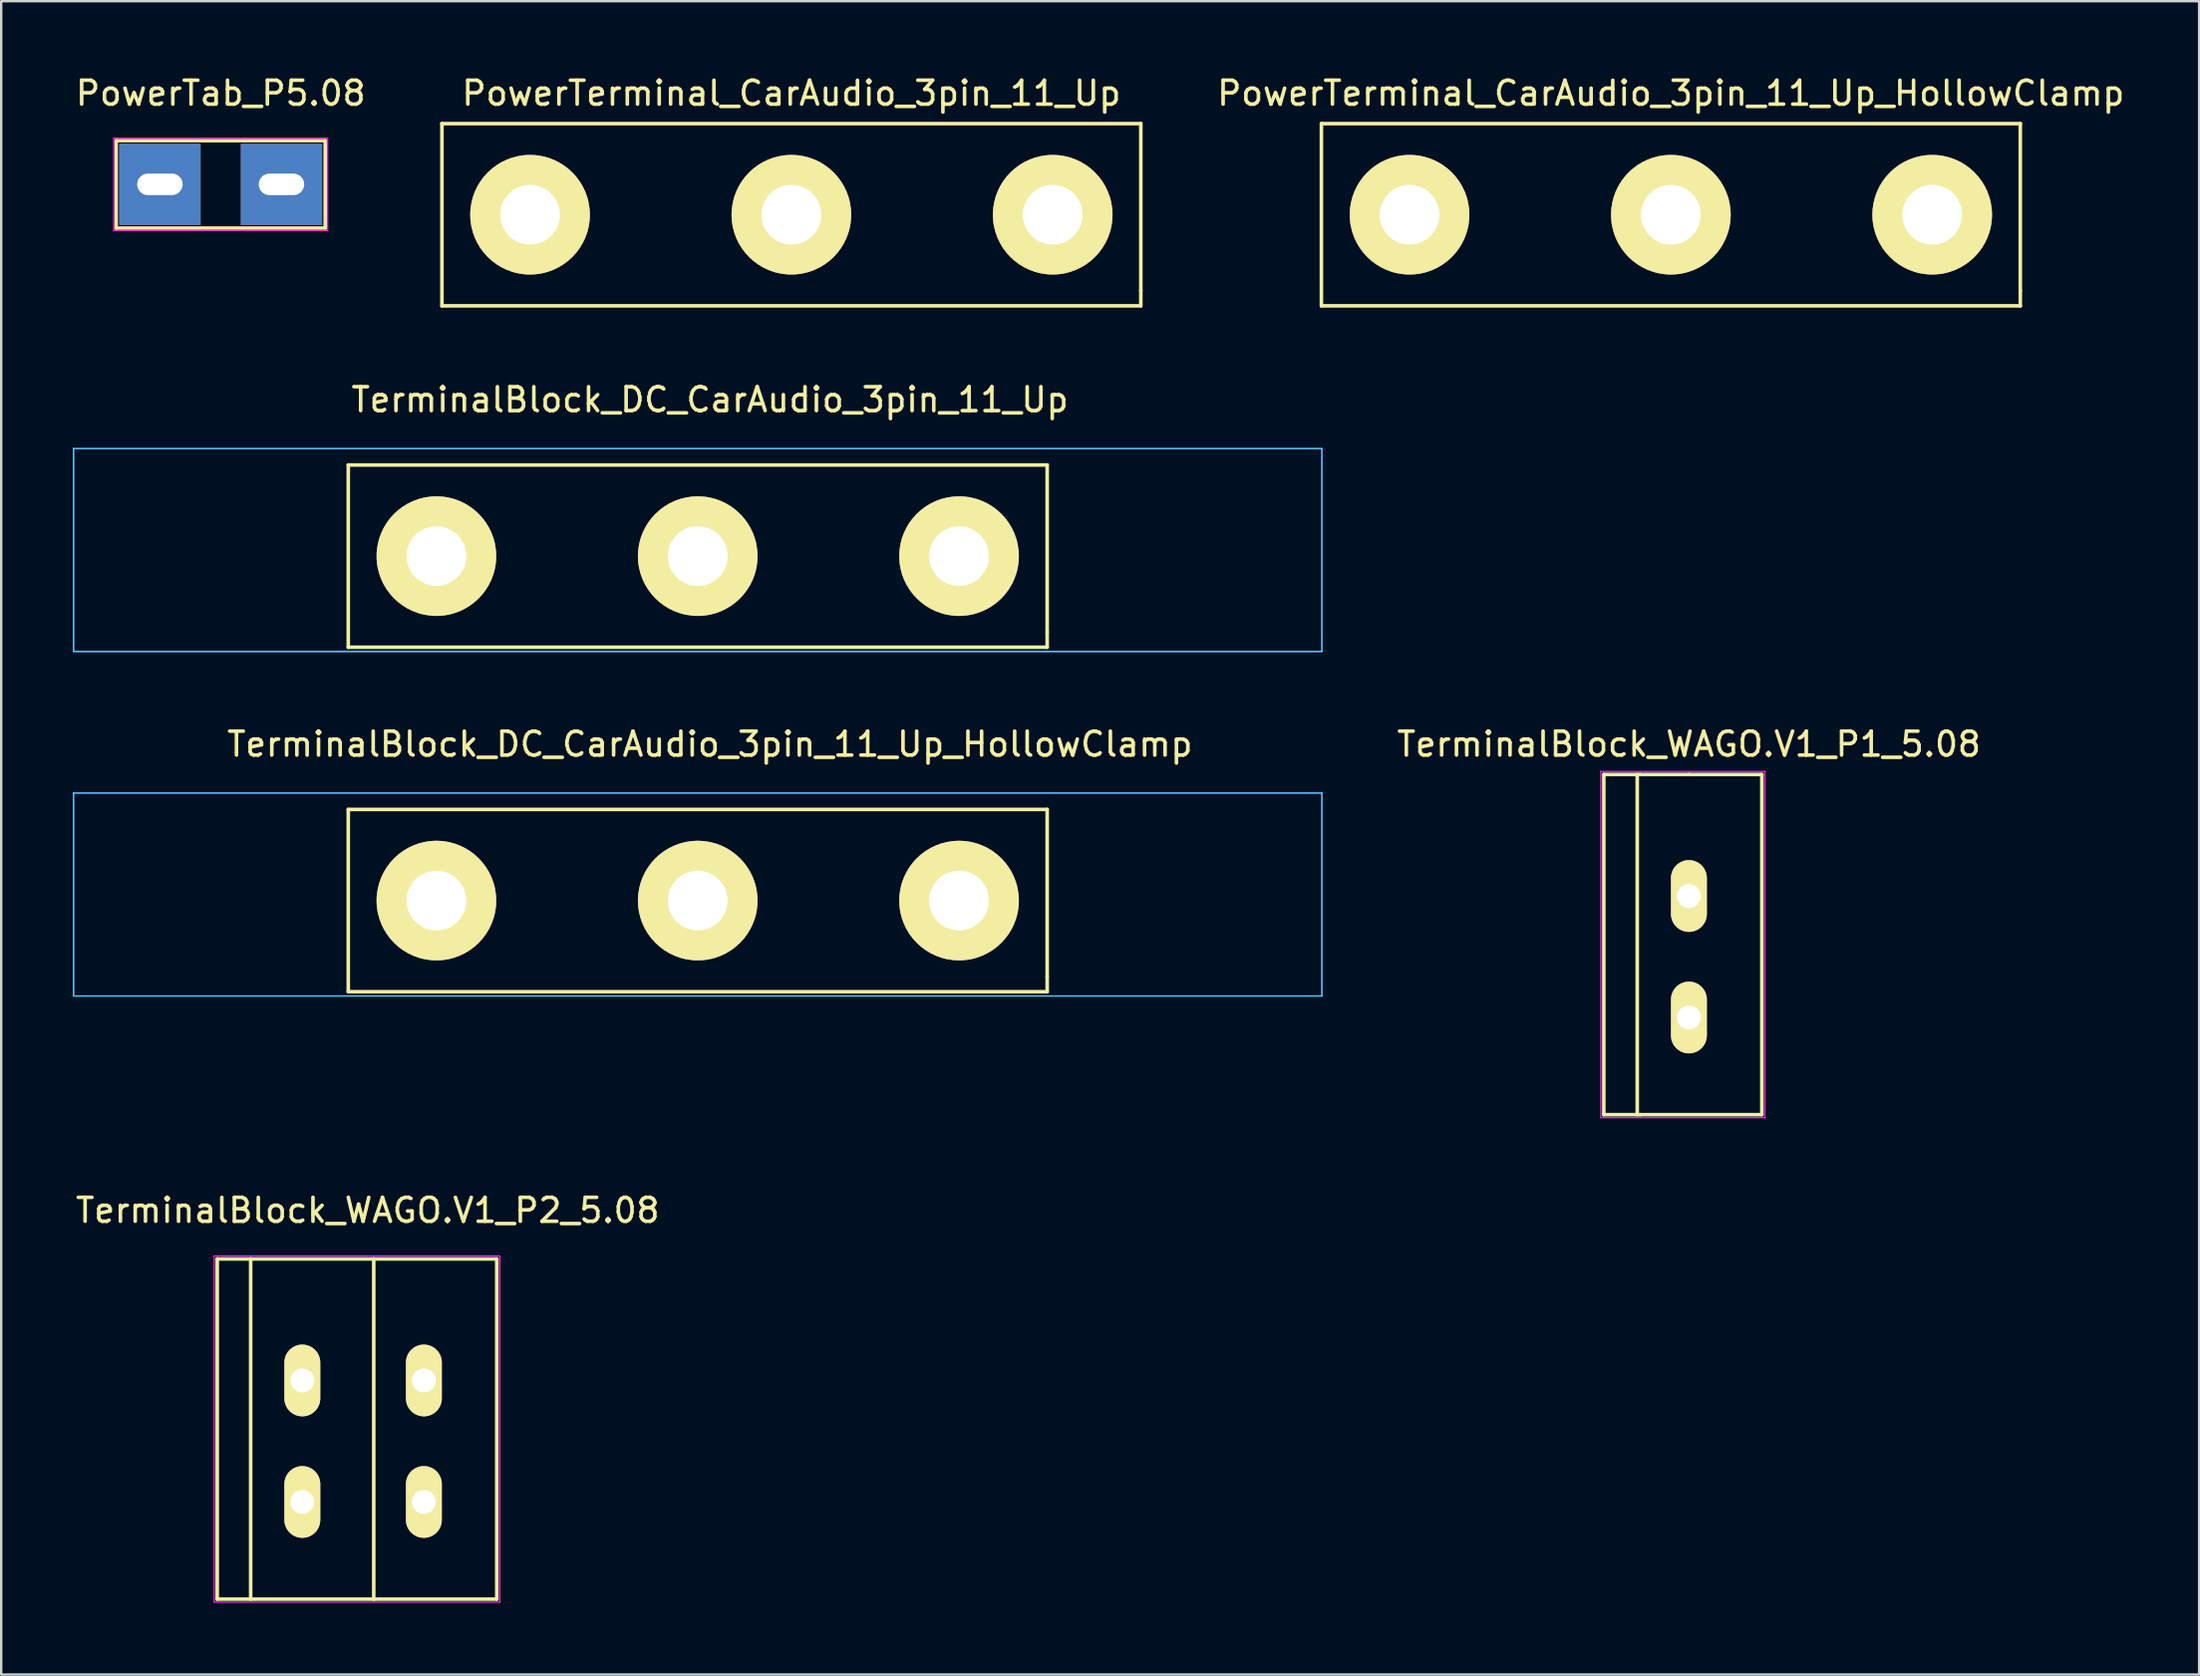
<source format=kicad_pcb>
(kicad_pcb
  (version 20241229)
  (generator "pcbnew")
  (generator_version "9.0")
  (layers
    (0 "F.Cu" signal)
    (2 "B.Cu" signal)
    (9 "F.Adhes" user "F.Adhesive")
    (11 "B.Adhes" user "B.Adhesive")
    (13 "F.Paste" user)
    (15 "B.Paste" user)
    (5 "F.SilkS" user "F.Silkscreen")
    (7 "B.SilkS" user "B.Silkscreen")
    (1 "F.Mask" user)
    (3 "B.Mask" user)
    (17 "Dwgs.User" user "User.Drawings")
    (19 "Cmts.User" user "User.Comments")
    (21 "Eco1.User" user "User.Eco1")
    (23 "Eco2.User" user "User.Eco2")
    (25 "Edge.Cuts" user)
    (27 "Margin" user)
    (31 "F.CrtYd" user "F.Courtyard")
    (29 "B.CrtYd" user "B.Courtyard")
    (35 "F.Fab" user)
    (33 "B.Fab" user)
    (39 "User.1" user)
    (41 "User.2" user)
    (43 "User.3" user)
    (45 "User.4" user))
  (footprint "TerminalBlock_DC_CarAudio_3pin_11_Up_HollowClamp"
    (layer "F.Cu")
    (at 15.189 34.604)
    (property "Reference" "TerminalBlock_DC_CarAudio_3pin_11_Up_HollowClamp" (at 11.43 -6.54 0) (layer "F.SilkS") (effects (font (size 1 1) (thickness 0.15))))
    (attr through_hole)
    (fp_line (start -3.683 -3.81) (end 25.527 -3.81) (stroke (width 0.15) (type solid)) (layer "F.SilkS"))
    (fp_line (start -3.683 3.81) (end -3.683 -3.81) (stroke (width 0.15) (type solid)) (layer "F.SilkS"))
    (fp_line (start 25.527 -3.81) (end 25.527 3.175) (stroke (width 0.15) (type solid)) (layer "F.SilkS"))
    (fp_line (start 25.527 3.175) (end 25.527 3.81) (stroke (width 0.15) (type solid)) (layer "F.SilkS"))
    (fp_line (start 25.527 3.81) (end -3.683 3.81) (stroke (width 0.15) (type solid)) (layer "F.SilkS"))
    (fp_line (start -15.164 -4.496) (end -15.164 3.988) (stroke (width 0.05) (type solid)) (layer "B.CrtYd"))
    (fp_line (start -15.164 -4.496) (end 37.008 -4.496) (stroke (width 0.05) (type solid)) (layer "B.CrtYd"))
    (fp_line (start 37.008 3.988) (end -15.164 3.988) (stroke (width 0.05) (type solid)) (layer "B.CrtYd"))
    (fp_line (start 37.008 3.988) (end 37.008 -4.496) (stroke (width 0.05) (type solid)) (layer "B.CrtYd"))
    (fp_line (start -15.164 -4.496) (end -15.164 3.988) (stroke (width 0.05) (type solid)) (layer "F.CrtYd"))
    (fp_line (start -15.164 -4.496) (end 37.008 -4.496) (stroke (width 0.05) (type solid)) (layer "F.CrtYd"))
    (fp_line (start 37.008 -4.496) (end 37.008 3.988) (stroke (width 0.05) (type solid)) (layer "F.CrtYd"))
    (fp_line (start 37.008 3.988) (end -15.164 3.988) (stroke (width 0.05) (type solid)) (layer "F.CrtYd"))
    (pad "1" thru_hole circle (at 0 0) (size 5 5) (drill 2.5) (layers "*.Cu" "*.Mask" "F.SilkS"))
    (pad "2" thru_hole circle (at 10.922 0) (size 5 5) (drill 2.5) (layers "*.Cu" "*.Mask" "F.SilkS"))
    (pad "3" thru_hole circle (at 21.844 0) (size 5 5) (drill 2.5) (layers "*.Cu" "*.Mask" "F.SilkS")))
  (footprint "TerminalBlock_DC_CarAudio_3pin_11_Up"
    (layer "F.Cu")
    (at 15.189 20.202)
    (property "Reference" "TerminalBlock_DC_CarAudio_3pin_11_Up" (at 11.43 -6.54 0) (layer "F.SilkS") (effects (font (size 1 1) (thickness 0.15))))
    (attr through_hole)
    (fp_line (start -3.683 -3.81) (end 25.527 -3.81) (stroke (width 0.15) (type solid)) (layer "F.SilkS"))
    (fp_line (start -3.683 3.81) (end -3.683 -3.81) (stroke (width 0.15) (type solid)) (layer "F.SilkS"))
    (fp_line (start 25.527 -3.81) (end 25.527 3.175) (stroke (width 0.15) (type solid)) (layer "F.SilkS"))
    (fp_line (start 25.527 3.175) (end 25.527 3.81) (stroke (width 0.15) (type solid)) (layer "F.SilkS"))
    (fp_line (start 25.527 3.81) (end -3.683 3.81) (stroke (width 0.15) (type solid)) (layer "F.SilkS"))
    (fp_line (start -15.164 -4.496) (end -15.164 3.988) (stroke (width 0.05) (type solid)) (layer "B.CrtYd"))
    (fp_line (start -15.164 -4.496) (end 37.008 -4.496) (stroke (width 0.05) (type solid)) (layer "B.CrtYd"))
    (fp_line (start 37.008 3.988) (end -15.164 3.988) (stroke (width 0.05) (type solid)) (layer "B.CrtYd"))
    (fp_line (start 37.008 3.988) (end 37.008 -4.496) (stroke (width 0.05) (type solid)) (layer "B.CrtYd"))
    (fp_line (start -15.164 -4.496) (end -15.164 3.988) (stroke (width 0.05) (type solid)) (layer "F.CrtYd"))
    (fp_line (start -15.164 -4.496) (end 37.008 -4.496) (stroke (width 0.05) (type solid)) (layer "F.CrtYd"))
    (fp_line (start 37.008 -4.496) (end 37.008 3.988) (stroke (width 0.05) (type solid)) (layer "F.CrtYd"))
    (fp_line (start 37.008 3.988) (end -15.164 3.988) (stroke (width 0.05) (type solid)) (layer "F.CrtYd"))
    (pad "1" thru_hole circle (at 0 0) (size 5 5) (drill 2.5) (layers "*.Cu" "*.Mask" "F.SilkS"))
    (pad "2" thru_hole circle (at 10.922 0) (size 5 5) (drill 2.5) (layers "*.Cu" "*.Mask" "F.SilkS"))
    (pad "3" thru_hole circle (at 21.844 0) (size 5 5) (drill 2.5) (layers "*.Cu" "*.Mask" "F.SilkS")))
  (footprint "PowerTerminal_CarAudio_3pin_11_Up"
    (layer "F.Cu")
    (at 30.025 5.928)
    (property "Reference" "PowerTerminal_CarAudio_3pin_11_Up" (at 0 -5.08 0) (layer "F.SilkS") (effects (font (size 1 1) (thickness 0.15))))
    (attr through_hole)
    (fp_line (start -14.605 -3.81) (end 14.605 -3.81) (stroke (width 0.15) (type solid)) (layer "F.SilkS"))
    (fp_line (start -14.605 3.81) (end -14.605 -3.81) (stroke (width 0.15) (type solid)) (layer "F.SilkS"))
    (fp_line (start 14.605 -3.81) (end 14.605 3.175) (stroke (width 0.15) (type solid)) (layer "F.SilkS"))
    (fp_line (start 14.605 3.175) (end 14.605 3.81) (stroke (width 0.15) (type solid)) (layer "F.SilkS"))
    (fp_line (start 14.605 3.81) (end -14.605 3.81) (stroke (width 0.15) (type solid)) (layer "F.SilkS"))
    (pad "1" thru_hole circle (at -10.922 0) (size 5 5) (drill 2.5) (layers "*.Cu" "*.Mask" "F.SilkS"))
    (pad "2" thru_hole circle (at 0 0) (size 5 5) (drill 2.5) (layers "*.Cu" "*.Mask" "F.SilkS"))
    (pad "3" thru_hole circle (at 10.922 0) (size 5 5) (drill 2.5) (layers "*.Cu" "*.Mask" "F.SilkS")))
  (footprint "PowerTerminal_CarAudio_3pin_11_Up_HollowClamp"
    (layer "F.Cu")
    (at 66.783 5.928)
    (property "Reference" "PowerTerminal_CarAudio_3pin_11_Up_HollowClamp" (at 0 -5.08 0) (layer "F.SilkS") (effects (font (size 1 1) (thickness 0.15))))
    (attr through_hole)
    (fp_line (start -14.605 -3.81) (end 14.605 -3.81) (stroke (width 0.15) (type solid)) (layer "F.SilkS"))
    (fp_line (start -14.605 3.81) (end -14.605 -3.81) (stroke (width 0.15) (type solid)) (layer "F.SilkS"))
    (fp_line (start 14.605 -3.81) (end 14.605 3.175) (stroke (width 0.15) (type solid)) (layer "F.SilkS"))
    (fp_line (start 14.605 3.175) (end 14.605 3.81) (stroke (width 0.15) (type solid)) (layer "F.SilkS"))
    (fp_line (start 14.605 3.81) (end -14.605 3.81) (stroke (width 0.15) (type solid)) (layer "F.SilkS"))
    (pad "1" thru_hole circle (at -10.922 0) (size 5 5) (drill 2.5) (layers "*.Cu" "*.Mask" "F.SilkS"))
    (pad "2" thru_hole circle (at 0 0) (size 5 5) (drill 2.5) (layers "*.Cu" "*.Mask" "F.SilkS"))
    (pad "3" thru_hole circle (at 10.922 0) (size 5 5) (drill 2.5) (layers "*.Cu" "*.Mask" "F.SilkS")))
  (footprint "PowerTab_P5.08"
    (layer "F.Cu")
    (at 6.173 4.658)
    (property "Reference" "PowerTab_P5.08" (at 0 -3.81 0) (layer "F.SilkS") (effects (font (size 1 1) (thickness 0.15))))
    (attr through_hole)
    (fp_line (start -4.369 -1.829) (end 4.369 -1.829) (stroke (width 0.15) (type solid)) (layer "F.SilkS"))
    (fp_line (start -4.369 1.829) (end -4.369 -1.829) (stroke (width 0.15) (type solid)) (layer "F.SilkS"))
    (fp_line (start 4.369 -1.829) (end 4.369 1.829) (stroke (width 0.15) (type solid)) (layer "F.SilkS"))
    (fp_line (start 4.369 1.829) (end -4.369 1.829) (stroke (width 0.15) (type solid)) (layer "F.SilkS"))
    (fp_line (start -4.47 -1.93) (end 4.47 -1.93) (stroke (width 0.05) (type solid)) (layer "F.CrtYd"))
    (fp_line (start -4.47 1.93) (end -4.47 -1.93) (stroke (width 0.05) (type solid)) (layer "F.CrtYd"))
    (fp_line (start 4.47 -1.93) (end 4.47 1.93) (stroke (width 0.05) (type solid)) (layer "F.CrtYd"))
    (fp_line (start 4.47 1.93) (end -4.47 1.93) (stroke (width 0.05) (type solid)) (layer "F.CrtYd"))
    (pad "1" thru_hole rect (at -2.54 0) (size 3.4 3.4) (drill oval 1.9 0.9) (layers "*.Cu" "*.Mask"))
    (pad "1" thru_hole rect (at 2.54 0) (size 3.4 3.4) (drill oval 1.9 0.9) (layers "*.Cu" "*.Mask")))
  (footprint "TerminalBlock_WAGO.V1_P1_5.08"
    (layer "F.Cu")
    (at 67.537 39.493)
    (property "Reference" "TerminalBlock_WAGO.V1_P1_5.08" (at 0 -11.43 0) (layer "F.SilkS") (effects (font (size 1 1) (thickness 0.15))))
    (attr through_hole)
    (fp_line (start -3.556 -10.16) (end -2.032 -10.16) (stroke (width 0.15) (type solid)) (layer "F.SilkS"))
    (fp_line (start -3.556 4.064) (end -3.556 -10.16) (stroke (width 0.15) (type solid)) (layer "F.SilkS"))
    (fp_line (start -2.159 4.064) (end -2.159 -10.16) (stroke (width 0.15) (type solid)) (layer "F.SilkS"))
    (fp_line (start -2.032 -10.16) (end 0 -10.16) (stroke (width 0.15) (type solid)) (layer "F.SilkS"))
    (fp_line (start -2.032 4.064) (end -3.556 4.064) (stroke (width 0.15) (type solid)) (layer "F.SilkS"))
    (fp_line (start 0 -10.16) (end 3.048 -10.16) (stroke (width 0.15) (type solid)) (layer "F.SilkS"))
    (fp_line (start 3.048 -10.16) (end 3.048 4.064) (stroke (width 0.15) (type solid)) (layer "F.SilkS"))
    (fp_line (start 3.048 4.064) (end -2.032 4.064) (stroke (width 0.15) (type solid)) (layer "F.SilkS"))
    (fp_line (start -3.683 -10.287) (end 3.175 -10.287) (stroke (width 0.05) (type solid)) (layer "F.CrtYd"))
    (fp_line (start -3.683 4.191) (end -3.683 -10.287) (stroke (width 0.05) (type solid)) (layer "F.CrtYd"))
    (fp_line (start 3.175 -10.287) (end 3.175 4.191) (stroke (width 0.05) (type solid)) (layer "F.CrtYd"))
    (fp_line (start 3.175 4.191) (end -3.683 4.191) (stroke (width 0.05) (type solid)) (layer "F.CrtYd"))
    (pad "1" thru_hole oval (at 0 -5.08 90) (size 3 1.501) (drill 1.001) (layers "*.Cu" "*.Mask" "F.SilkS"))
    (pad "1" thru_hole oval (at 0 0 90) (size 3 1.501) (drill 1.001) (layers "*.Cu" "*.Mask" "F.SilkS")))
  (footprint "TerminalBlock_WAGO.V1_P2_5.08"
    (layer "F.Cu")
    (at 9.585 59.749)
    (property "Reference" "TerminalBlock_WAGO.V1_P2_5.08" (at 2.731 -12.192 0) (layer "F.SilkS") (effects (font (size 1 1) (thickness 0.15))))
    (attr through_hole)
    (fp_line (start -3.556 -10.16) (end 8.128 -10.16) (stroke (width 0.15) (type solid)) (layer "F.SilkS"))
    (fp_line (start -3.556 4.064) (end -3.556 -10.16) (stroke (width 0.15) (type solid)) (layer "F.SilkS"))
    (fp_line (start -3.556 4.064) (end 8.128 4.064) (stroke (width 0.15) (type solid)) (layer "F.SilkS"))
    (fp_line (start -2.159 4.064) (end -2.159 -10.16) (stroke (width 0.15) (type solid)) (layer "F.SilkS"))
    (fp_line (start 2.985 -10.16) (end 2.985 4.064) (stroke (width 0.15) (type solid)) (layer "F.SilkS"))
    (fp_line (start 8.128 -10.16) (end 8.128 4.064) (stroke (width 0.15) (type solid)) (layer "F.SilkS"))
    (fp_line (start -3.683 -10.287) (end 8.255 -10.287) (stroke (width 0.05) (type solid)) (layer "F.CrtYd"))
    (fp_line (start -3.683 4.191) (end -3.683 -10.287) (stroke (width 0.05) (type solid)) (layer "F.CrtYd"))
    (fp_line (start -3.683 4.191) (end 8.255 4.191) (stroke (width 0.05) (type solid)) (layer "F.CrtYd"))
    (fp_line (start 8.255 -10.287) (end 8.255 4.191) (stroke (width 0.05) (type solid)) (layer "F.CrtYd"))
    (pad "1" thru_hole oval (at 0 -5.08 90) (size 3 1.501) (drill 1.001) (layers "*.Cu" "*.Mask" "F.SilkS"))
    (pad "1" thru_hole oval (at 0 0 90) (size 3 1.501) (drill 1.001) (layers "*.Cu" "*.Mask" "F.SilkS"))
    (pad "2" thru_hole oval (at 5.08 -5.08 90) (size 3 1.501) (drill 1.001) (layers "*.Cu" "*.Mask" "F.SilkS"))
    (pad "2" thru_hole oval (at 5.08 0 90) (size 3 1.501) (drill 1.001) (layers "*.Cu" "*.Mask" "F.SilkS")))
  (gr_rect
    (start -3 -3)
    (end 88.86 66.965)
    (stroke (width 0.1) (type default))
    (fill no)
    (layer "Edge.Cuts")))
</source>
